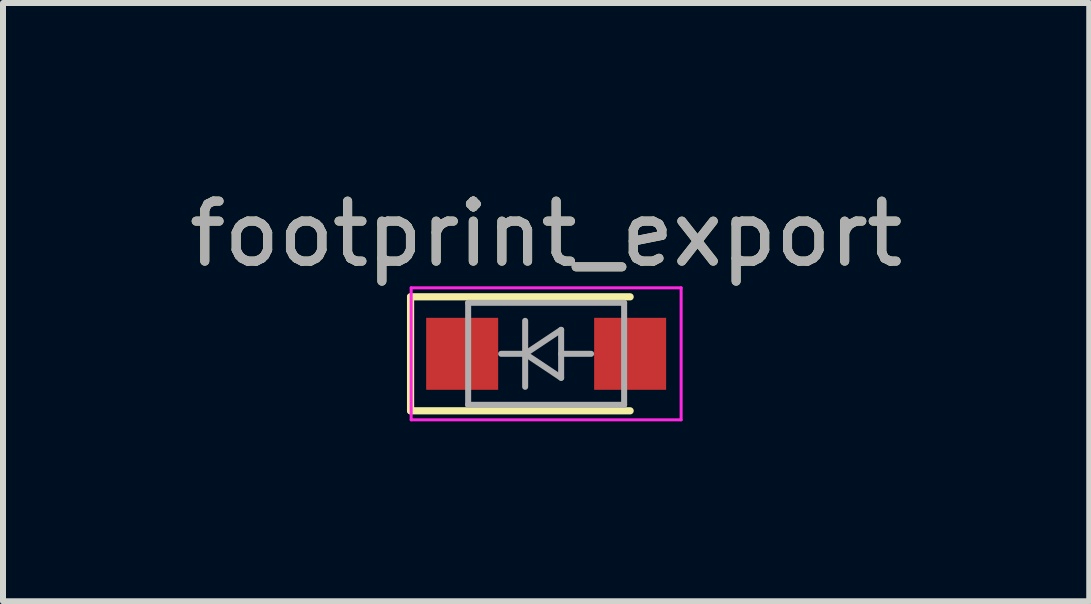
<source format=kicad_pcb>
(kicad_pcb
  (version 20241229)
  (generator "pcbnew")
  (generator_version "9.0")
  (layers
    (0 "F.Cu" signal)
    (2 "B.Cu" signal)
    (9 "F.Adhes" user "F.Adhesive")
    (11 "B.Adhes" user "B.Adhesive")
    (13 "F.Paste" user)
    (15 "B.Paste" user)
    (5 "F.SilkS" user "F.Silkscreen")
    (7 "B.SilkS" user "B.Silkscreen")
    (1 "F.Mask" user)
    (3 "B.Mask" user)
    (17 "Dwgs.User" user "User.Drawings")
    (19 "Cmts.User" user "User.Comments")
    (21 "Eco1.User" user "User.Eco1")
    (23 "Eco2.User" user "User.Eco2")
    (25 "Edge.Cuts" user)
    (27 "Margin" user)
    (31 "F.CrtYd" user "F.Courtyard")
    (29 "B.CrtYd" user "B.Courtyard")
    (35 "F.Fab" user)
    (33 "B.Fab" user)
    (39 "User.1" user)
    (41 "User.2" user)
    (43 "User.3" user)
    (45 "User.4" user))
  (footprint "footprint_export"
    (layer "F.Cu")
    (at 6.054 2.848)
    (property "Reference" "footprint_export" (at 0 -2 0) (layer "F.SilkS") (effects (font (size 1 1) (thickness 0.15))))
    (attr smd)
    (fp_line (start -2.26 -0.95) (end -2.26 0.95) (stroke (width 0.12) (type solid)) (layer "F.SilkS"))
    (fp_line (start -2.26 -0.95) (end 1.4 -0.95) (stroke (width 0.12) (type solid)) (layer "F.SilkS"))
    (fp_line (start -2.26 0.95) (end 1.4 0.95) (stroke (width 0.12) (type solid)) (layer "F.SilkS"))
    (fp_line (start -2.25 -1.1) (end -2.25 1.1) (stroke (width 0.05) (type solid)) (layer "F.CrtYd"))
    (fp_line (start -2.25 -1.1) (end 2.25 -1.1) (stroke (width 0.05) (type solid)) (layer "F.CrtYd"))
    (fp_line (start 2.25 -1.1) (end 2.25 1.1) (stroke (width 0.05) (type solid)) (layer "F.CrtYd"))
    (fp_line (start 2.25 1.1) (end -2.25 1.1) (stroke (width 0.05) (type solid)) (layer "F.CrtYd"))
    (fp_line (start -1.3 -0.85) (end 1.3 -0.85) (stroke (width 0.1) (type solid)) (layer "F.Fab"))
    (fp_line (start -1.3 0.85) (end -1.3 -0.85) (stroke (width 0.1) (type solid)) (layer "F.Fab"))
    (fp_line (start -0.75 0) (end -0.35 0) (stroke (width 0.1) (type solid)) (layer "F.Fab"))
    (fp_line (start -0.35 -0.55) (end -0.35 0.55) (stroke (width 0.1) (type solid)) (layer "F.Fab"))
    (fp_line (start -0.35 0) (end 0.25 -0.4) (stroke (width 0.1) (type solid)) (layer "F.Fab"))
    (fp_line (start -0.35 0) (end 0.25 0.4) (stroke (width 0.1) (type solid)) (layer "F.Fab"))
    (fp_line (start 0.25 -0.4) (end 0.25 0.4) (stroke (width 0.1) (type solid)) (layer "F.Fab"))
    (fp_line (start 0.75 0) (end 0.25 0) (stroke (width 0.1) (type solid)) (layer "F.Fab"))
    (fp_line (start 1.3 -0.85) (end 1.3 0.85) (stroke (width 0.1) (type solid)) (layer "F.Fab"))
    (fp_line (start 1.3 0.85) (end -1.3 0.85) (stroke (width 0.1) (type solid)) (layer "F.Fab"))
    (fp_text user "${REFERENCE}" (at 0 -2 0) (layer "F.Fab") (effects (font (size 1 1) (thickness 0.15))))
    (pad "1" smd rect (at -1.4 0) (size 1.2 1.2) (layers "F.Cu" "F.Mask" "F.Paste"))
    (pad "2" smd rect (at 1.4 0) (size 1.2 1.2) (layers "F.Cu" "F.Mask" "F.Paste")))
  (gr_rect
    (start -3 -3)
    (end 15.107 6.973)
    (stroke (width 0.1) (type default))
    (fill no)
    (layer "Edge.Cuts")))
</source>
